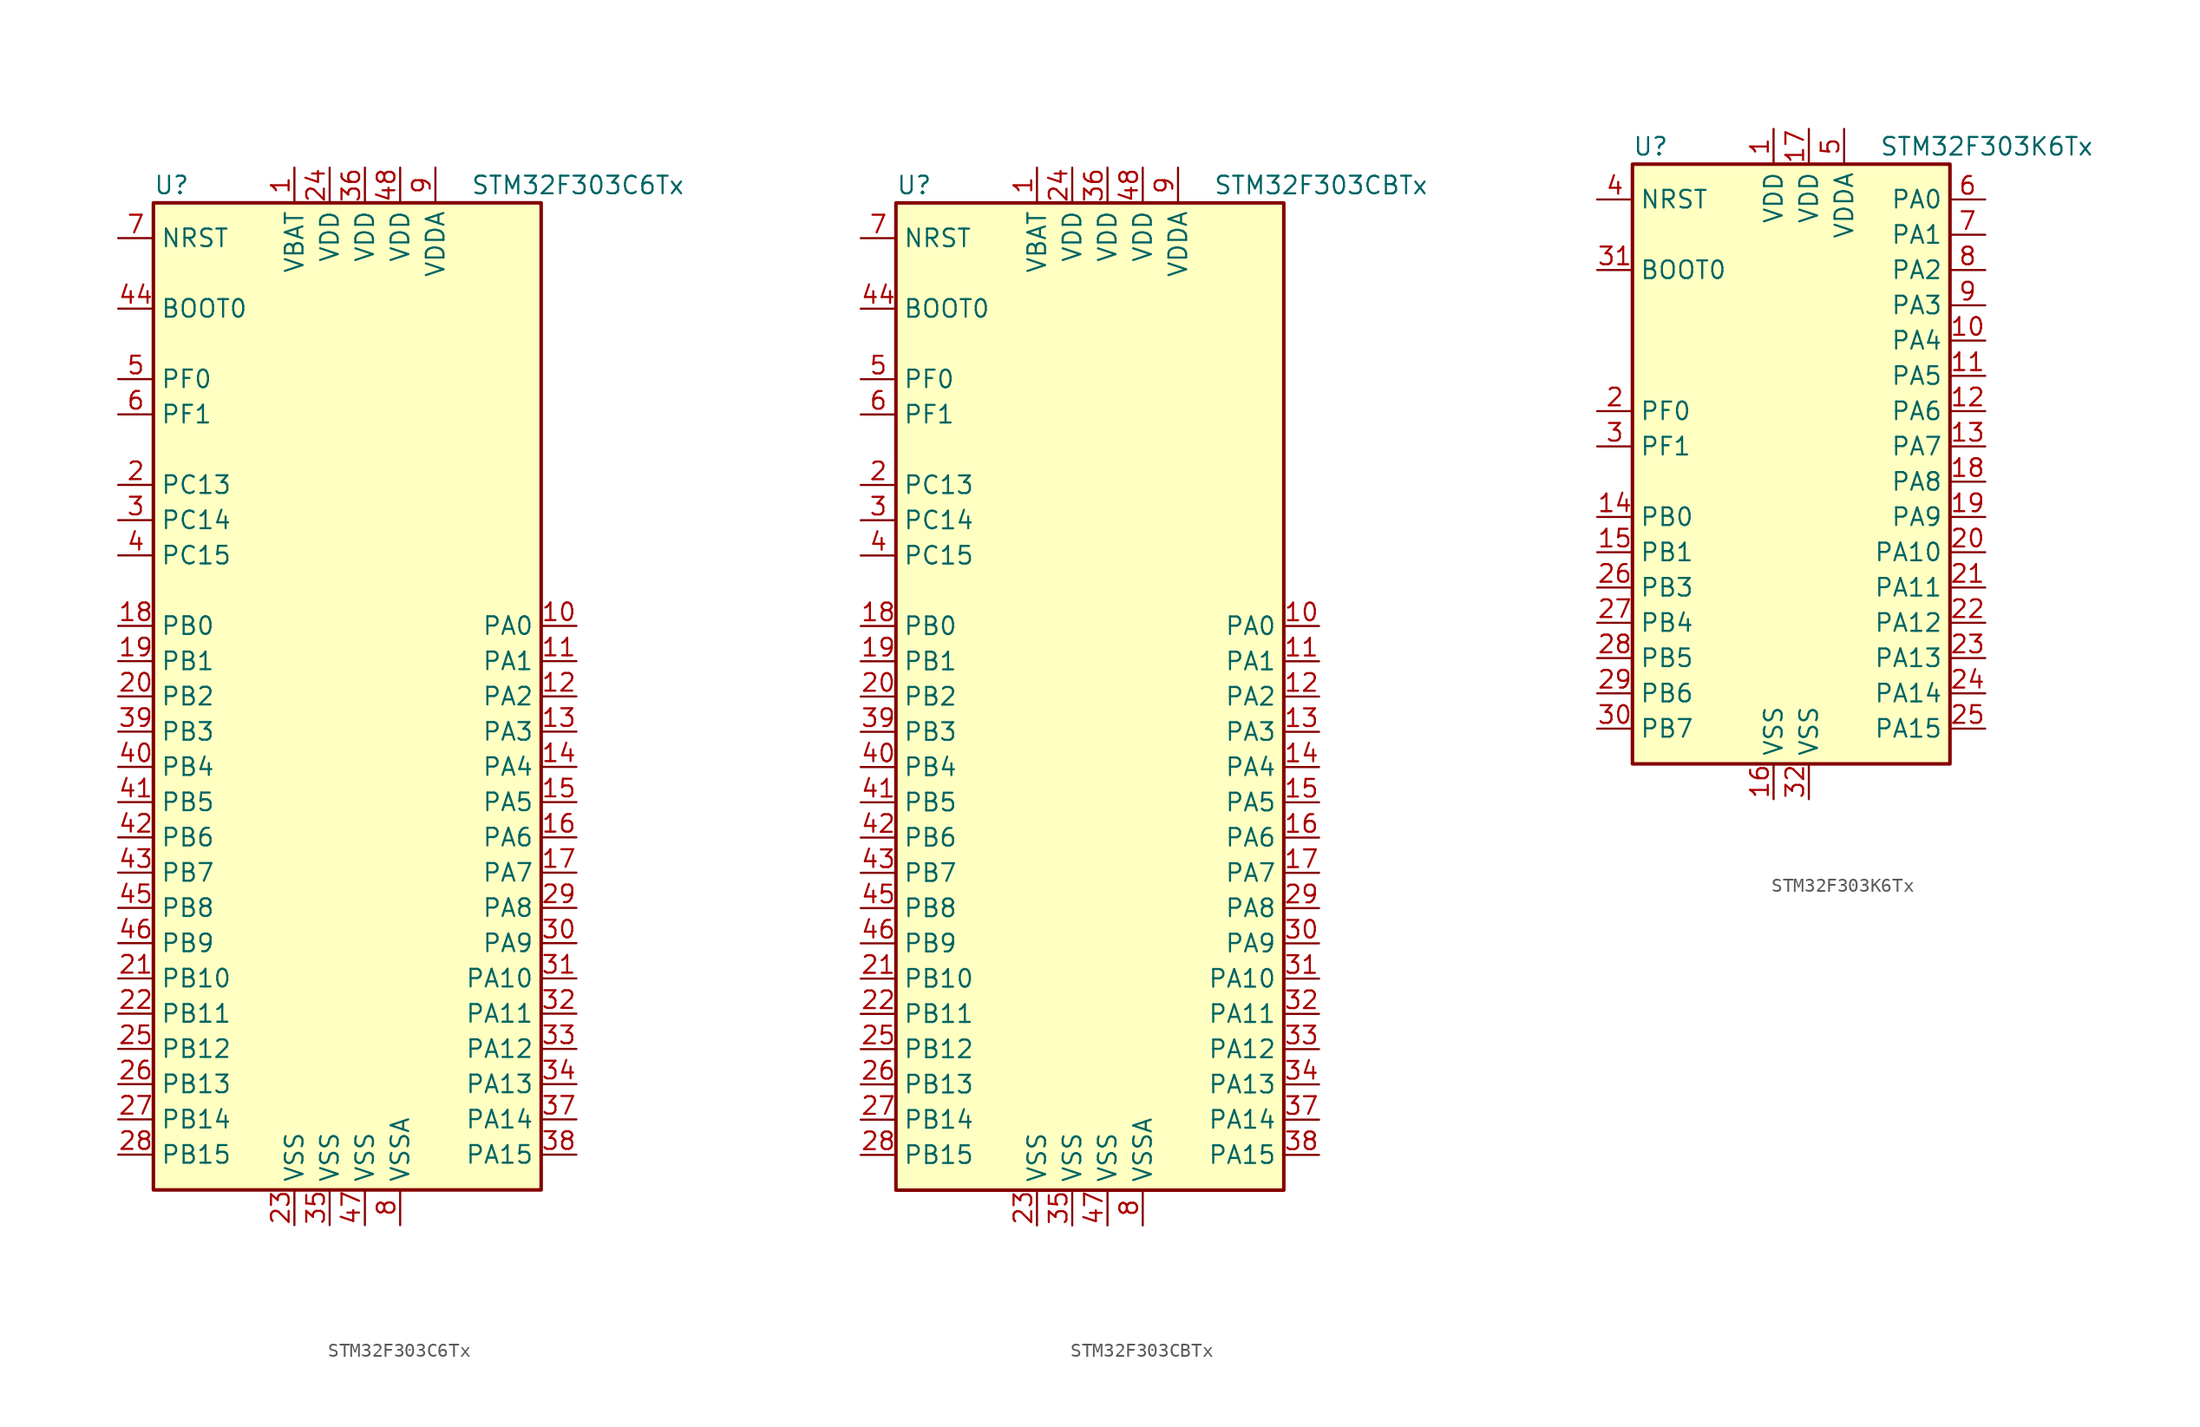
<source format=kicad_sym>
(kicad_symbol_lib
  (version 20201005)
  (generator kicad_symbol_editor)
  (symbol "STM32F303C6Tx"
    (property "Reference" "U"
      (at -15.24 36.83 0)
      (effects (font (size 1.27 1.27)) (justify left)))
    (property "Value" "STM32F303C6Tx"
      (at 7.62 36.83 0)
      (effects (font (size 1.27 1.27)) (justify left)))
    (symbol "STM32F303C6Tx_0_1"
      (rectangle (start -15.24 -35.56) (end 12.7 35.56) (stroke (width 0.254)) (fill (type background))))
    (symbol "STM32F303C6Tx_1_1"
      (pin input line (at -17.78 27.94 0) (length 2.54) (name "BOOT0" (effects (font (size 1.27 1.27)))) (number "44" (effects (font (size 1.27 1.27)))))
      (pin input line (at -17.78 33.02 0) (length 2.54) (name "NRST" (effects (font (size 1.27 1.27)))) (number "7" (effects (font (size 1.27 1.27)))))
      (pin bidirectional line (at 15.24 5.08 180) (length 2.54) (name "PA0" (effects (font (size 1.27 1.27)))) (number "10" (effects (font (size 1.27 1.27)))))
      (pin bidirectional line (at 15.24 2.54 180) (length 2.54) (name "PA1" (effects (font (size 1.27 1.27)))) (number "11" (effects (font (size 1.27 1.27)))))
      (pin bidirectional line (at 15.24 -20.32 180) (length 2.54) (name "PA10" (effects (font (size 1.27 1.27)))) (number "31" (effects (font (size 1.27 1.27)))))
      (pin bidirectional line (at 15.24 -22.86 180) (length 2.54) (name "PA11" (effects (font (size 1.27 1.27)))) (number "32" (effects (font (size 1.27 1.27)))))
      (pin bidirectional line (at 15.24 -25.4 180) (length 2.54) (name "PA12" (effects (font (size 1.27 1.27)))) (number "33" (effects (font (size 1.27 1.27)))))
      (pin bidirectional line (at 15.24 -27.94 180) (length 2.54) (name "PA13" (effects (font (size 1.27 1.27)))) (number "34" (effects (font (size 1.27 1.27)))))
      (pin bidirectional line (at 15.24 -30.48 180) (length 2.54) (name "PA14" (effects (font (size 1.27 1.27)))) (number "37" (effects (font (size 1.27 1.27)))))
      (pin bidirectional line (at 15.24 -33.02 180) (length 2.54) (name "PA15" (effects (font (size 1.27 1.27)))) (number "38" (effects (font (size 1.27 1.27)))))
      (pin bidirectional line (at 15.24 0 180) (length 2.54) (name "PA2" (effects (font (size 1.27 1.27)))) (number "12" (effects (font (size 1.27 1.27)))))
      (pin bidirectional line (at 15.24 -2.54 180) (length 2.54) (name "PA3" (effects (font (size 1.27 1.27)))) (number "13" (effects (font (size 1.27 1.27)))))
      (pin bidirectional line (at 15.24 -5.08 180) (length 2.54) (name "PA4" (effects (font (size 1.27 1.27)))) (number "14" (effects (font (size 1.27 1.27)))))
      (pin bidirectional line (at 15.24 -7.62 180) (length 2.54) (name "PA5" (effects (font (size 1.27 1.27)))) (number "15" (effects (font (size 1.27 1.27)))))
      (pin bidirectional line (at 15.24 -10.16 180) (length 2.54) (name "PA6" (effects (font (size 1.27 1.27)))) (number "16" (effects (font (size 1.27 1.27)))))
      (pin bidirectional line (at 15.24 -12.7 180) (length 2.54) (name "PA7" (effects (font (size 1.27 1.27)))) (number "17" (effects (font (size 1.27 1.27)))))
      (pin bidirectional line (at 15.24 -15.24 180) (length 2.54) (name "PA8" (effects (font (size 1.27 1.27)))) (number "29" (effects (font (size 1.27 1.27)))))
      (pin bidirectional line (at 15.24 -17.78 180) (length 2.54) (name "PA9" (effects (font (size 1.27 1.27)))) (number "30" (effects (font (size 1.27 1.27)))))
      (pin bidirectional line (at -17.78 5.08 0) (length 2.54) (name "PB0" (effects (font (size 1.27 1.27)))) (number "18" (effects (font (size 1.27 1.27)))))
      (pin bidirectional line (at -17.78 2.54 0) (length 2.54) (name "PB1" (effects (font (size 1.27 1.27)))) (number "19" (effects (font (size 1.27 1.27)))))
      (pin bidirectional line (at -17.78 -20.32 0) (length 2.54) (name "PB10" (effects (font (size 1.27 1.27)))) (number "21" (effects (font (size 1.27 1.27)))))
      (pin bidirectional line (at -17.78 -22.86 0) (length 2.54) (name "PB11" (effects (font (size 1.27 1.27)))) (number "22" (effects (font (size 1.27 1.27)))))
      (pin bidirectional line (at -17.78 -25.4 0) (length 2.54) (name "PB12" (effects (font (size 1.27 1.27)))) (number "25" (effects (font (size 1.27 1.27)))))
      (pin bidirectional line (at -17.78 -27.94 0) (length 2.54) (name "PB13" (effects (font (size 1.27 1.27)))) (number "26" (effects (font (size 1.27 1.27)))))
      (pin bidirectional line (at -17.78 -30.48 0) (length 2.54) (name "PB14" (effects (font (size 1.27 1.27)))) (number "27" (effects (font (size 1.27 1.27)))))
      (pin bidirectional line (at -17.78 -33.02 0) (length 2.54) (name "PB15" (effects (font (size 1.27 1.27)))) (number "28" (effects (font (size 1.27 1.27)))))
      (pin bidirectional line (at -17.78 0 0) (length 2.54) (name "PB2" (effects (font (size 1.27 1.27)))) (number "20" (effects (font (size 1.27 1.27)))))
      (pin bidirectional line (at -17.78 -2.54 0) (length 2.54) (name "PB3" (effects (font (size 1.27 1.27)))) (number "39" (effects (font (size 1.27 1.27)))))
      (pin bidirectional line (at -17.78 -5.08 0) (length 2.54) (name "PB4" (effects (font (size 1.27 1.27)))) (number "40" (effects (font (size 1.27 1.27)))))
      (pin bidirectional line (at -17.78 -7.62 0) (length 2.54) (name "PB5" (effects (font (size 1.27 1.27)))) (number "41" (effects (font (size 1.27 1.27)))))
      (pin bidirectional line (at -17.78 -10.16 0) (length 2.54) (name "PB6" (effects (font (size 1.27 1.27)))) (number "42" (effects (font (size 1.27 1.27)))))
      (pin bidirectional line (at -17.78 -12.7 0) (length 2.54) (name "PB7" (effects (font (size 1.27 1.27)))) (number "43" (effects (font (size 1.27 1.27)))))
      (pin bidirectional line (at -17.78 -15.24 0) (length 2.54) (name "PB8" (effects (font (size 1.27 1.27)))) (number "45" (effects (font (size 1.27 1.27)))))
      (pin bidirectional line (at -17.78 -17.78 0) (length 2.54) (name "PB9" (effects (font (size 1.27 1.27)))) (number "46" (effects (font (size 1.27 1.27)))))
      (pin bidirectional line (at -17.78 15.24 0) (length 2.54) (name "PC13" (effects (font (size 1.27 1.27)))) (number "2" (effects (font (size 1.27 1.27)))))
      (pin bidirectional line (at -17.78 12.7 0) (length 2.54) (name "PC14" (effects (font (size 1.27 1.27)))) (number "3" (effects (font (size 1.27 1.27)))))
      (pin bidirectional line (at -17.78 10.16 0) (length 2.54) (name "PC15" (effects (font (size 1.27 1.27)))) (number "4" (effects (font (size 1.27 1.27)))))
      (pin input line (at -17.78 22.86 0) (length 2.54) (name "PF0" (effects (font (size 1.27 1.27)))) (number "5" (effects (font (size 1.27 1.27)))))
      (pin input line (at -17.78 20.32 0) (length 2.54) (name "PF1" (effects (font (size 1.27 1.27)))) (number "6" (effects (font (size 1.27 1.27)))))
      (pin power_in line (at -5.08 38.1 270) (length 2.54) (name "VBAT" (effects (font (size 1.27 1.27)))) (number "1" (effects (font (size 1.27 1.27)))))
      (pin power_in line (at -2.54 38.1 270) (length 2.54) (name "VDD" (effects (font (size 1.27 1.27)))) (number "24" (effects (font (size 1.27 1.27)))))
      (pin power_in line (at 0 38.1 270) (length 2.54) (name "VDD" (effects (font (size 1.27 1.27)))) (number "36" (effects (font (size 1.27 1.27)))))
      (pin power_in line (at 2.54 38.1 270) (length 2.54) (name "VDD" (effects (font (size 1.27 1.27)))) (number "48" (effects (font (size 1.27 1.27)))))
      (pin power_in line (at 5.08 38.1 270) (length 2.54) (name "VDDA" (effects (font (size 1.27 1.27)))) (number "9" (effects (font (size 1.27 1.27)))))
      (pin power_in line (at -5.08 -38.1 90) (length 2.54) (name "VSS" (effects (font (size 1.27 1.27)))) (number "23" (effects (font (size 1.27 1.27)))))
      (pin power_in line (at -2.54 -38.1 90) (length 2.54) (name "VSS" (effects (font (size 1.27 1.27)))) (number "35" (effects (font (size 1.27 1.27)))))
      (pin power_in line (at 0 -38.1 90) (length 2.54) (name "VSS" (effects (font (size 1.27 1.27)))) (number "47" (effects (font (size 1.27 1.27)))))
      (pin power_in line (at 2.54 -38.1 90) (length 2.54) (name "VSSA" (effects (font (size 1.27 1.27)))) (number "8" (effects (font (size 1.27 1.27)))))))
  (symbol "STM32F303CBTx"
    (property "Reference" "U"
      (at -15.24 36.83 0)
      (effects (font (size 1.27 1.27)) (justify left)))
    (property "Value" "STM32F303CBTx"
      (at 7.62 36.83 0)
      (effects (font (size 1.27 1.27)) (justify left)))
    (symbol "STM32F303CBTx_0_1"
      (rectangle (start -15.24 -35.56) (end 12.7 35.56) (stroke (width 0.254)) (fill (type background))))
    (symbol "STM32F303CBTx_1_1"
      (pin input line (at -17.78 27.94 0) (length 2.54) (name "BOOT0" (effects (font (size 1.27 1.27)))) (number "44" (effects (font (size 1.27 1.27)))))
      (pin input line (at -17.78 33.02 0) (length 2.54) (name "NRST" (effects (font (size 1.27 1.27)))) (number "7" (effects (font (size 1.27 1.27)))))
      (pin bidirectional line (at 15.24 5.08 180) (length 2.54) (name "PA0" (effects (font (size 1.27 1.27)))) (number "10" (effects (font (size 1.27 1.27)))))
      (pin bidirectional line (at 15.24 2.54 180) (length 2.54) (name "PA1" (effects (font (size 1.27 1.27)))) (number "11" (effects (font (size 1.27 1.27)))))
      (pin bidirectional line (at 15.24 -20.32 180) (length 2.54) (name "PA10" (effects (font (size 1.27 1.27)))) (number "31" (effects (font (size 1.27 1.27)))))
      (pin bidirectional line (at 15.24 -22.86 180) (length 2.54) (name "PA11" (effects (font (size 1.27 1.27)))) (number "32" (effects (font (size 1.27 1.27)))))
      (pin bidirectional line (at 15.24 -25.4 180) (length 2.54) (name "PA12" (effects (font (size 1.27 1.27)))) (number "33" (effects (font (size 1.27 1.27)))))
      (pin bidirectional line (at 15.24 -27.94 180) (length 2.54) (name "PA13" (effects (font (size 1.27 1.27)))) (number "34" (effects (font (size 1.27 1.27)))))
      (pin bidirectional line (at 15.24 -30.48 180) (length 2.54) (name "PA14" (effects (font (size 1.27 1.27)))) (number "37" (effects (font (size 1.27 1.27)))))
      (pin bidirectional line (at 15.24 -33.02 180) (length 2.54) (name "PA15" (effects (font (size 1.27 1.27)))) (number "38" (effects (font (size 1.27 1.27)))))
      (pin bidirectional line (at 15.24 0 180) (length 2.54) (name "PA2" (effects (font (size 1.27 1.27)))) (number "12" (effects (font (size 1.27 1.27)))))
      (pin bidirectional line (at 15.24 -2.54 180) (length 2.54) (name "PA3" (effects (font (size 1.27 1.27)))) (number "13" (effects (font (size 1.27 1.27)))))
      (pin bidirectional line (at 15.24 -5.08 180) (length 2.54) (name "PA4" (effects (font (size 1.27 1.27)))) (number "14" (effects (font (size 1.27 1.27)))))
      (pin bidirectional line (at 15.24 -7.62 180) (length 2.54) (name "PA5" (effects (font (size 1.27 1.27)))) (number "15" (effects (font (size 1.27 1.27)))))
      (pin bidirectional line (at 15.24 -10.16 180) (length 2.54) (name "PA6" (effects (font (size 1.27 1.27)))) (number "16" (effects (font (size 1.27 1.27)))))
      (pin bidirectional line (at 15.24 -12.7 180) (length 2.54) (name "PA7" (effects (font (size 1.27 1.27)))) (number "17" (effects (font (size 1.27 1.27)))))
      (pin bidirectional line (at 15.24 -15.24 180) (length 2.54) (name "PA8" (effects (font (size 1.27 1.27)))) (number "29" (effects (font (size 1.27 1.27)))))
      (pin bidirectional line (at 15.24 -17.78 180) (length 2.54) (name "PA9" (effects (font (size 1.27 1.27)))) (number "30" (effects (font (size 1.27 1.27)))))
      (pin bidirectional line (at -17.78 5.08 0) (length 2.54) (name "PB0" (effects (font (size 1.27 1.27)))) (number "18" (effects (font (size 1.27 1.27)))))
      (pin bidirectional line (at -17.78 2.54 0) (length 2.54) (name "PB1" (effects (font (size 1.27 1.27)))) (number "19" (effects (font (size 1.27 1.27)))))
      (pin bidirectional line (at -17.78 -20.32 0) (length 2.54) (name "PB10" (effects (font (size 1.27 1.27)))) (number "21" (effects (font (size 1.27 1.27)))))
      (pin bidirectional line (at -17.78 -22.86 0) (length 2.54) (name "PB11" (effects (font (size 1.27 1.27)))) (number "22" (effects (font (size 1.27 1.27)))))
      (pin bidirectional line (at -17.78 -25.4 0) (length 2.54) (name "PB12" (effects (font (size 1.27 1.27)))) (number "25" (effects (font (size 1.27 1.27)))))
      (pin bidirectional line (at -17.78 -27.94 0) (length 2.54) (name "PB13" (effects (font (size 1.27 1.27)))) (number "26" (effects (font (size 1.27 1.27)))))
      (pin bidirectional line (at -17.78 -30.48 0) (length 2.54) (name "PB14" (effects (font (size 1.27 1.27)))) (number "27" (effects (font (size 1.27 1.27)))))
      (pin bidirectional line (at -17.78 -33.02 0) (length 2.54) (name "PB15" (effects (font (size 1.27 1.27)))) (number "28" (effects (font (size 1.27 1.27)))))
      (pin bidirectional line (at -17.78 0 0) (length 2.54) (name "PB2" (effects (font (size 1.27 1.27)))) (number "20" (effects (font (size 1.27 1.27)))))
      (pin bidirectional line (at -17.78 -2.54 0) (length 2.54) (name "PB3" (effects (font (size 1.27 1.27)))) (number "39" (effects (font (size 1.27 1.27)))))
      (pin bidirectional line (at -17.78 -5.08 0) (length 2.54) (name "PB4" (effects (font (size 1.27 1.27)))) (number "40" (effects (font (size 1.27 1.27)))))
      (pin bidirectional line (at -17.78 -7.62 0) (length 2.54) (name "PB5" (effects (font (size 1.27 1.27)))) (number "41" (effects (font (size 1.27 1.27)))))
      (pin bidirectional line (at -17.78 -10.16 0) (length 2.54) (name "PB6" (effects (font (size 1.27 1.27)))) (number "42" (effects (font (size 1.27 1.27)))))
      (pin bidirectional line (at -17.78 -12.7 0) (length 2.54) (name "PB7" (effects (font (size 1.27 1.27)))) (number "43" (effects (font (size 1.27 1.27)))))
      (pin bidirectional line (at -17.78 -15.24 0) (length 2.54) (name "PB8" (effects (font (size 1.27 1.27)))) (number "45" (effects (font (size 1.27 1.27)))))
      (pin bidirectional line (at -17.78 -17.78 0) (length 2.54) (name "PB9" (effects (font (size 1.27 1.27)))) (number "46" (effects (font (size 1.27 1.27)))))
      (pin bidirectional line (at -17.78 15.24 0) (length 2.54) (name "PC13" (effects (font (size 1.27 1.27)))) (number "2" (effects (font (size 1.27 1.27)))))
      (pin bidirectional line (at -17.78 12.7 0) (length 2.54) (name "PC14" (effects (font (size 1.27 1.27)))) (number "3" (effects (font (size 1.27 1.27)))))
      (pin bidirectional line (at -17.78 10.16 0) (length 2.54) (name "PC15" (effects (font (size 1.27 1.27)))) (number "4" (effects (font (size 1.27 1.27)))))
      (pin input line (at -17.78 22.86 0) (length 2.54) (name "PF0" (effects (font (size 1.27 1.27)))) (number "5" (effects (font (size 1.27 1.27)))))
      (pin input line (at -17.78 20.32 0) (length 2.54) (name "PF1" (effects (font (size 1.27 1.27)))) (number "6" (effects (font (size 1.27 1.27)))))
      (pin power_in line (at -5.08 38.1 270) (length 2.54) (name "VBAT" (effects (font (size 1.27 1.27)))) (number "1" (effects (font (size 1.27 1.27)))))
      (pin power_in line (at -2.54 38.1 270) (length 2.54) (name "VDD" (effects (font (size 1.27 1.27)))) (number "24" (effects (font (size 1.27 1.27)))))
      (pin power_in line (at 0 38.1 270) (length 2.54) (name "VDD" (effects (font (size 1.27 1.27)))) (number "36" (effects (font (size 1.27 1.27)))))
      (pin power_in line (at 2.54 38.1 270) (length 2.54) (name "VDD" (effects (font (size 1.27 1.27)))) (number "48" (effects (font (size 1.27 1.27)))))
      (pin power_in line (at 5.08 38.1 270) (length 2.54) (name "VDDA" (effects (font (size 1.27 1.27)))) (number "9" (effects (font (size 1.27 1.27)))))
      (pin power_in line (at -5.08 -38.1 90) (length 2.54) (name "VSS" (effects (font (size 1.27 1.27)))) (number "23" (effects (font (size 1.27 1.27)))))
      (pin power_in line (at -2.54 -38.1 90) (length 2.54) (name "VSS" (effects (font (size 1.27 1.27)))) (number "35" (effects (font (size 1.27 1.27)))))
      (pin power_in line (at 0 -38.1 90) (length 2.54) (name "VSS" (effects (font (size 1.27 1.27)))) (number "47" (effects (font (size 1.27 1.27)))))
      (pin power_in line (at 2.54 -38.1 90) (length 2.54) (name "VSSA" (effects (font (size 1.27 1.27)))) (number "8" (effects (font (size 1.27 1.27)))))))
  (symbol "STM32F303K6Tx"
    (property "Reference" "U"
      (at -12.7 21.59 0)
      (effects (font (size 1.27 1.27)) (justify left)))
    (property "Value" "STM32F303K6Tx"
      (at 5.08 21.59 0)
      (effects (font (size 1.27 1.27)) (justify left)))
    (symbol "STM32F303K6Tx_0_1"
      (rectangle (start -12.7 -22.86) (end 10.16 20.32) (stroke (width 0.254)) (fill (type background))))
    (symbol "STM32F303K6Tx_1_1"
      (pin input line (at -15.24 12.7 0) (length 2.54) (name "BOOT0" (effects (font (size 1.27 1.27)))) (number "31" (effects (font (size 1.27 1.27)))))
      (pin input line (at -15.24 17.78 0) (length 2.54) (name "NRST" (effects (font (size 1.27 1.27)))) (number "4" (effects (font (size 1.27 1.27)))))
      (pin bidirectional line (at 12.7 17.78 180) (length 2.54) (name "PA0" (effects (font (size 1.27 1.27)))) (number "6" (effects (font (size 1.27 1.27)))))
      (pin bidirectional line (at 12.7 15.24 180) (length 2.54) (name "PA1" (effects (font (size 1.27 1.27)))) (number "7" (effects (font (size 1.27 1.27)))))
      (pin bidirectional line (at 12.7 -7.62 180) (length 2.54) (name "PA10" (effects (font (size 1.27 1.27)))) (number "20" (effects (font (size 1.27 1.27)))))
      (pin bidirectional line (at 12.7 -10.16 180) (length 2.54) (name "PA11" (effects (font (size 1.27 1.27)))) (number "21" (effects (font (size 1.27 1.27)))))
      (pin bidirectional line (at 12.7 -12.7 180) (length 2.54) (name "PA12" (effects (font (size 1.27 1.27)))) (number "22" (effects (font (size 1.27 1.27)))))
      (pin bidirectional line (at 12.7 -15.24 180) (length 2.54) (name "PA13" (effects (font (size 1.27 1.27)))) (number "23" (effects (font (size 1.27 1.27)))))
      (pin bidirectional line (at 12.7 -17.78 180) (length 2.54) (name "PA14" (effects (font (size 1.27 1.27)))) (number "24" (effects (font (size 1.27 1.27)))))
      (pin bidirectional line (at 12.7 -20.32 180) (length 2.54) (name "PA15" (effects (font (size 1.27 1.27)))) (number "25" (effects (font (size 1.27 1.27)))))
      (pin bidirectional line (at 12.7 12.7 180) (length 2.54) (name "PA2" (effects (font (size 1.27 1.27)))) (number "8" (effects (font (size 1.27 1.27)))))
      (pin bidirectional line (at 12.7 10.16 180) (length 2.54) (name "PA3" (effects (font (size 1.27 1.27)))) (number "9" (effects (font (size 1.27 1.27)))))
      (pin bidirectional line (at 12.7 7.62 180) (length 2.54) (name "PA4" (effects (font (size 1.27 1.27)))) (number "10" (effects (font (size 1.27 1.27)))))
      (pin bidirectional line (at 12.7 5.08 180) (length 2.54) (name "PA5" (effects (font (size 1.27 1.27)))) (number "11" (effects (font (size 1.27 1.27)))))
      (pin bidirectional line (at 12.7 2.54 180) (length 2.54) (name "PA6" (effects (font (size 1.27 1.27)))) (number "12" (effects (font (size 1.27 1.27)))))
      (pin bidirectional line (at 12.7 0 180) (length 2.54) (name "PA7" (effects (font (size 1.27 1.27)))) (number "13" (effects (font (size 1.27 1.27)))))
      (pin bidirectional line (at 12.7 -2.54 180) (length 2.54) (name "PA8" (effects (font (size 1.27 1.27)))) (number "18" (effects (font (size 1.27 1.27)))))
      (pin bidirectional line (at 12.7 -5.08 180) (length 2.54) (name "PA9" (effects (font (size 1.27 1.27)))) (number "19" (effects (font (size 1.27 1.27)))))
      (pin bidirectional line (at -15.24 -5.08 0) (length 2.54) (name "PB0" (effects (font (size 1.27 1.27)))) (number "14" (effects (font (size 1.27 1.27)))))
      (pin bidirectional line (at -15.24 -7.62 0) (length 2.54) (name "PB1" (effects (font (size 1.27 1.27)))) (number "15" (effects (font (size 1.27 1.27)))))
      (pin bidirectional line (at -15.24 -10.16 0) (length 2.54) (name "PB3" (effects (font (size 1.27 1.27)))) (number "26" (effects (font (size 1.27 1.27)))))
      (pin bidirectional line (at -15.24 -12.7 0) (length 2.54) (name "PB4" (effects (font (size 1.27 1.27)))) (number "27" (effects (font (size 1.27 1.27)))))
      (pin bidirectional line (at -15.24 -15.24 0) (length 2.54) (name "PB5" (effects (font (size 1.27 1.27)))) (number "28" (effects (font (size 1.27 1.27)))))
      (pin bidirectional line (at -15.24 -17.78 0) (length 2.54) (name "PB6" (effects (font (size 1.27 1.27)))) (number "29" (effects (font (size 1.27 1.27)))))
      (pin bidirectional line (at -15.24 -20.32 0) (length 2.54) (name "PB7" (effects (font (size 1.27 1.27)))) (number "30" (effects (font (size 1.27 1.27)))))
      (pin input line (at -15.24 2.54 0) (length 2.54) (name "PF0" (effects (font (size 1.27 1.27)))) (number "2" (effects (font (size 1.27 1.27)))))
      (pin input line (at -15.24 0 0) (length 2.54) (name "PF1" (effects (font (size 1.27 1.27)))) (number "3" (effects (font (size 1.27 1.27)))))
      (pin power_in line (at -2.54 22.86 270) (length 2.54) (name "VDD" (effects (font (size 1.27 1.27)))) (number "1" (effects (font (size 1.27 1.27)))))
      (pin power_in line (at 0 22.86 270) (length 2.54) (name "VDD" (effects (font (size 1.27 1.27)))) (number "17" (effects (font (size 1.27 1.27)))))
      (pin power_in line (at 2.54 22.86 270) (length 2.54) (name "VDDA" (effects (font (size 1.27 1.27)))) (number "5" (effects (font (size 1.27 1.27)))))
      (pin power_in line (at -2.54 -25.4 90) (length 2.54) (name "VSS" (effects (font (size 1.27 1.27)))) (number "16" (effects (font (size 1.27 1.27)))))
      (pin power_in line (at 0 -25.4 90) (length 2.54) (name "VSS" (effects (font (size 1.27 1.27)))) (number "32" (effects (font (size 1.27 1.27))))))))
</source>
